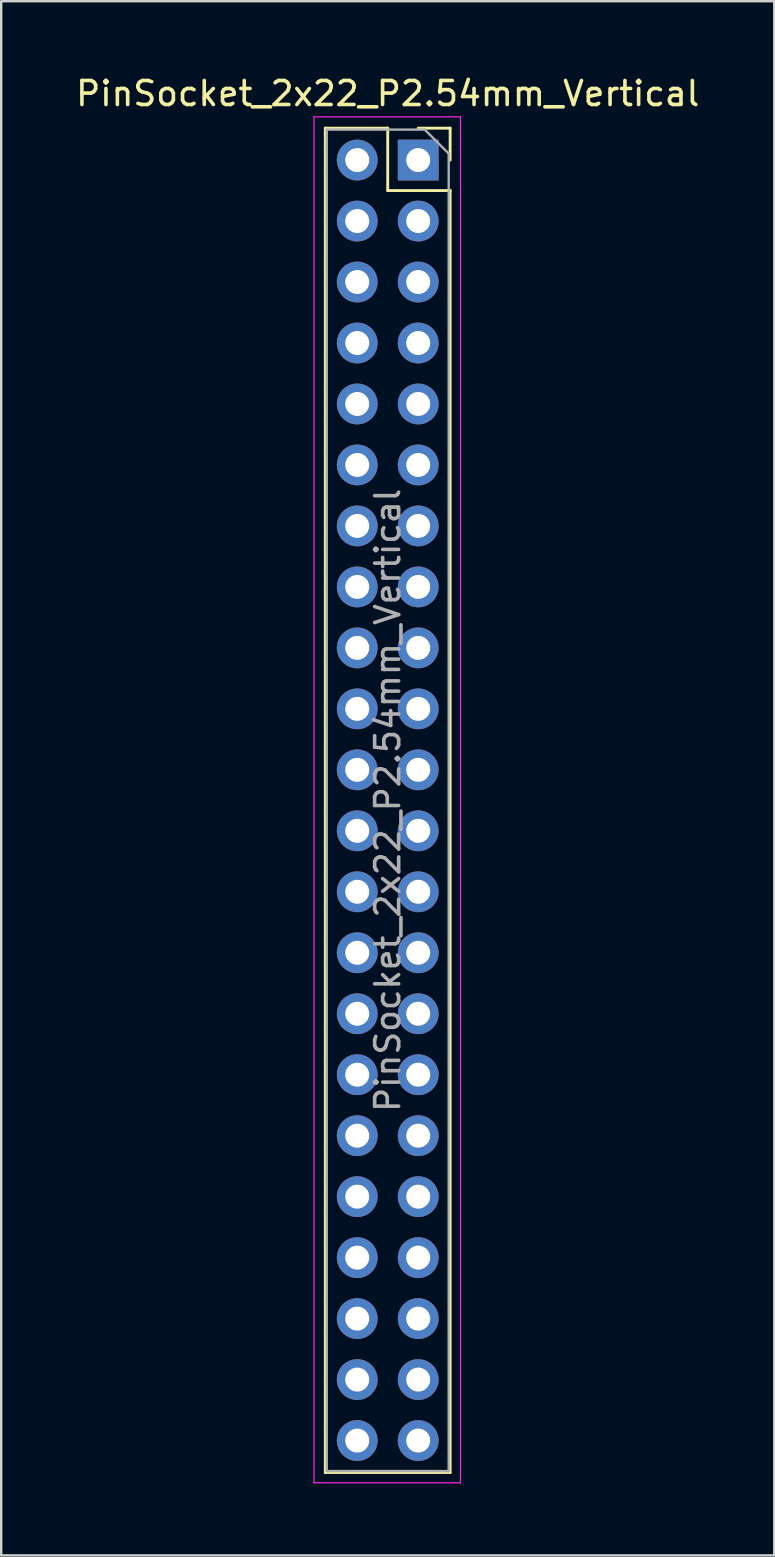
<source format=kicad_pcb>
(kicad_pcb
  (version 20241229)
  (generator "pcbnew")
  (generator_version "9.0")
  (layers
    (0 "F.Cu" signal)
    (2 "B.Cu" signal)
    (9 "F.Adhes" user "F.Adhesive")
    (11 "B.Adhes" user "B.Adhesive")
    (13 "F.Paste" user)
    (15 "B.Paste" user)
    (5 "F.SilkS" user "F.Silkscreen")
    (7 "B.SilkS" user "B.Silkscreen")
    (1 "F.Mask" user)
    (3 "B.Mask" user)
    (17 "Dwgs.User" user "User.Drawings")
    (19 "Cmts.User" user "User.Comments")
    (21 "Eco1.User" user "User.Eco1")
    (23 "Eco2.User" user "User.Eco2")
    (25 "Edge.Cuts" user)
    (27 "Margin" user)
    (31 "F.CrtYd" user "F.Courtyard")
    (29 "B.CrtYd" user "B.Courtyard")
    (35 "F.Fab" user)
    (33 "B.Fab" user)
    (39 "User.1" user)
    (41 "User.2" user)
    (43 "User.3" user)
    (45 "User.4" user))
  (footprint "PinSocket_2x22_P2.54mm_Vertical"
    (layer "F.Cu")
    (at 14.371 3.618)
    (property "Reference" "PinSocket_2x22_P2.54mm_Vertical" (at -1.27 -2.77 0) (layer "F.SilkS") (effects (font (size 1 1) (thickness 0.15))))
    (attr through_hole)
    (fp_line (start -3.87 -1.33) (end -3.87 54.67) (stroke (width 0.12) (type solid)) (layer "F.SilkS"))
    (fp_line (start -3.87 -1.33) (end -1.27 -1.33) (stroke (width 0.12) (type solid)) (layer "F.SilkS"))
    (fp_line (start -3.87 54.67) (end 1.33 54.67) (stroke (width 0.12) (type solid)) (layer "F.SilkS"))
    (fp_line (start -1.27 -1.33) (end -1.27 1.27) (stroke (width 0.12) (type solid)) (layer "F.SilkS"))
    (fp_line (start -1.27 1.27) (end 1.33 1.27) (stroke (width 0.12) (type solid)) (layer "F.SilkS"))
    (fp_line (start 0 -1.33) (end 1.33 -1.33) (stroke (width 0.12) (type solid)) (layer "F.SilkS"))
    (fp_line (start 1.33 -1.33) (end 1.33 0) (stroke (width 0.12) (type solid)) (layer "F.SilkS"))
    (fp_line (start 1.33 1.27) (end 1.33 54.67) (stroke (width 0.12) (type solid)) (layer "F.SilkS"))
    (fp_line (start -4.34 -1.8) (end 1.76 -1.8) (stroke (width 0.05) (type solid)) (layer "F.CrtYd"))
    (fp_line (start -4.34 55.1) (end -4.34 -1.8) (stroke (width 0.05) (type solid)) (layer "F.CrtYd"))
    (fp_line (start 1.76 -1.8) (end 1.76 55.1) (stroke (width 0.05) (type solid)) (layer "F.CrtYd"))
    (fp_line (start 1.76 55.1) (end -4.34 55.1) (stroke (width 0.05) (type solid)) (layer "F.CrtYd"))
    (fp_line (start -3.81 -1.27) (end 0.27 -1.27) (stroke (width 0.1) (type solid)) (layer "F.Fab"))
    (fp_line (start -3.81 54.61) (end -3.81 -1.27) (stroke (width 0.1) (type solid)) (layer "F.Fab"))
    (fp_line (start 0.27 -1.27) (end 1.27 -0.27) (stroke (width 0.1) (type solid)) (layer "F.Fab"))
    (fp_line (start 1.27 -0.27) (end 1.27 54.61) (stroke (width 0.1) (type solid)) (layer "F.Fab"))
    (fp_line (start 1.27 54.61) (end -3.81 54.61) (stroke (width 0.1) (type solid)) (layer "F.Fab"))
    (fp_text user "${REFERENCE}" (at -1.27 26.67 90) (layer "F.Fab") (effects (font (size 1 1) (thickness 0.15))))
    (pad "1" thru_hole rect (at 0 0) (size 1.7 1.7) (drill 1) (layers "*.Cu" "*.Mask"))
    (pad "2" thru_hole oval (at -2.54 0) (size 1.7 1.7) (drill 1) (layers "*.Cu" "*.Mask"))
    (pad "3" thru_hole oval (at 0 2.54) (size 1.7 1.7) (drill 1) (layers "*.Cu" "*.Mask"))
    (pad "4" thru_hole oval (at -2.54 2.54) (size 1.7 1.7) (drill 1) (layers "*.Cu" "*.Mask"))
    (pad "5" thru_hole oval (at 0 5.08) (size 1.7 1.7) (drill 1) (layers "*.Cu" "*.Mask"))
    (pad "6" thru_hole oval (at -2.54 5.08) (size 1.7 1.7) (drill 1) (layers "*.Cu" "*.Mask"))
    (pad "7" thru_hole oval (at 0 7.62) (size 1.7 1.7) (drill 1) (layers "*.Cu" "*.Mask"))
    (pad "8" thru_hole oval (at -2.54 7.62) (size 1.7 1.7) (drill 1) (layers "*.Cu" "*.Mask"))
    (pad "9" thru_hole oval (at 0 10.16) (size 1.7 1.7) (drill 1) (layers "*.Cu" "*.Mask"))
    (pad "10" thru_hole oval (at -2.54 10.16) (size 1.7 1.7) (drill 1) (layers "*.Cu" "*.Mask"))
    (pad "11" thru_hole oval (at 0 12.7) (size 1.7 1.7) (drill 1) (layers "*.Cu" "*.Mask"))
    (pad "12" thru_hole oval (at -2.54 12.7) (size 1.7 1.7) (drill 1) (layers "*.Cu" "*.Mask"))
    (pad "13" thru_hole oval (at 0 15.24) (size 1.7 1.7) (drill 1) (layers "*.Cu" "*.Mask"))
    (pad "14" thru_hole oval (at -2.54 15.24) (size 1.7 1.7) (drill 1) (layers "*.Cu" "*.Mask"))
    (pad "15" thru_hole oval (at 0 17.78) (size 1.7 1.7) (drill 1) (layers "*.Cu" "*.Mask"))
    (pad "16" thru_hole oval (at -2.54 17.78) (size 1.7 1.7) (drill 1) (layers "*.Cu" "*.Mask"))
    (pad "17" thru_hole oval (at 0 20.32) (size 1.7 1.7) (drill 1) (layers "*.Cu" "*.Mask"))
    (pad "18" thru_hole oval (at -2.54 20.32) (size 1.7 1.7) (drill 1) (layers "*.Cu" "*.Mask"))
    (pad "19" thru_hole oval (at 0 22.86) (size 1.7 1.7) (drill 1) (layers "*.Cu" "*.Mask"))
    (pad "20" thru_hole oval (at -2.54 22.86) (size 1.7 1.7) (drill 1) (layers "*.Cu" "*.Mask"))
    (pad "21" thru_hole oval (at 0 25.4) (size 1.7 1.7) (drill 1) (layers "*.Cu" "*.Mask"))
    (pad "22" thru_hole oval (at -2.54 25.4) (size 1.7 1.7) (drill 1) (layers "*.Cu" "*.Mask"))
    (pad "23" thru_hole oval (at 0 27.94) (size 1.7 1.7) (drill 1) (layers "*.Cu" "*.Mask"))
    (pad "24" thru_hole oval (at -2.54 27.94) (size 1.7 1.7) (drill 1) (layers "*.Cu" "*.Mask"))
    (pad "25" thru_hole oval (at 0 30.48) (size 1.7 1.7) (drill 1) (layers "*.Cu" "*.Mask"))
    (pad "26" thru_hole oval (at -2.54 30.48) (size 1.7 1.7) (drill 1) (layers "*.Cu" "*.Mask"))
    (pad "27" thru_hole oval (at 0 33.02) (size 1.7 1.7) (drill 1) (layers "*.Cu" "*.Mask"))
    (pad "28" thru_hole oval (at -2.54 33.02) (size 1.7 1.7) (drill 1) (layers "*.Cu" "*.Mask"))
    (pad "29" thru_hole oval (at 0 35.56) (size 1.7 1.7) (drill 1) (layers "*.Cu" "*.Mask"))
    (pad "30" thru_hole oval (at -2.54 35.56) (size 1.7 1.7) (drill 1) (layers "*.Cu" "*.Mask"))
    (pad "31" thru_hole oval (at 0 38.1) (size 1.7 1.7) (drill 1) (layers "*.Cu" "*.Mask"))
    (pad "32" thru_hole oval (at -2.54 38.1) (size 1.7 1.7) (drill 1) (layers "*.Cu" "*.Mask"))
    (pad "33" thru_hole oval (at 0 40.64) (size 1.7 1.7) (drill 1) (layers "*.Cu" "*.Mask"))
    (pad "34" thru_hole oval (at -2.54 40.64) (size 1.7 1.7) (drill 1) (layers "*.Cu" "*.Mask"))
    (pad "35" thru_hole oval (at 0 43.18) (size 1.7 1.7) (drill 1) (layers "*.Cu" "*.Mask"))
    (pad "36" thru_hole oval (at -2.54 43.18) (size 1.7 1.7) (drill 1) (layers "*.Cu" "*.Mask"))
    (pad "37" thru_hole oval (at 0 45.72) (size 1.7 1.7) (drill 1) (layers "*.Cu" "*.Mask"))
    (pad "38" thru_hole oval (at -2.54 45.72) (size 1.7 1.7) (drill 1) (layers "*.Cu" "*.Mask"))
    (pad "39" thru_hole oval (at 0 48.26) (size 1.7 1.7) (drill 1) (layers "*.Cu" "*.Mask"))
    (pad "40" thru_hole oval (at -2.54 48.26) (size 1.7 1.7) (drill 1) (layers "*.Cu" "*.Mask"))
    (pad "41" thru_hole oval (at 0 50.8) (size 1.7 1.7) (drill 1) (layers "*.Cu" "*.Mask"))
    (pad "42" thru_hole oval (at -2.54 50.8) (size 1.7 1.7) (drill 1) (layers "*.Cu" "*.Mask"))
    (pad "43" thru_hole oval (at 0 53.34) (size 1.7 1.7) (drill 1) (layers "*.Cu" "*.Mask"))
    (pad "44" thru_hole oval (at -2.54 53.34) (size 1.7 1.7) (drill 1) (layers "*.Cu" "*.Mask")))
  (gr_rect
    (start -3 -3)
    (end 29.202 61.743)
    (stroke (width 0.1) (type default))
    (fill no)
    (layer "Edge.Cuts")))
</source>
